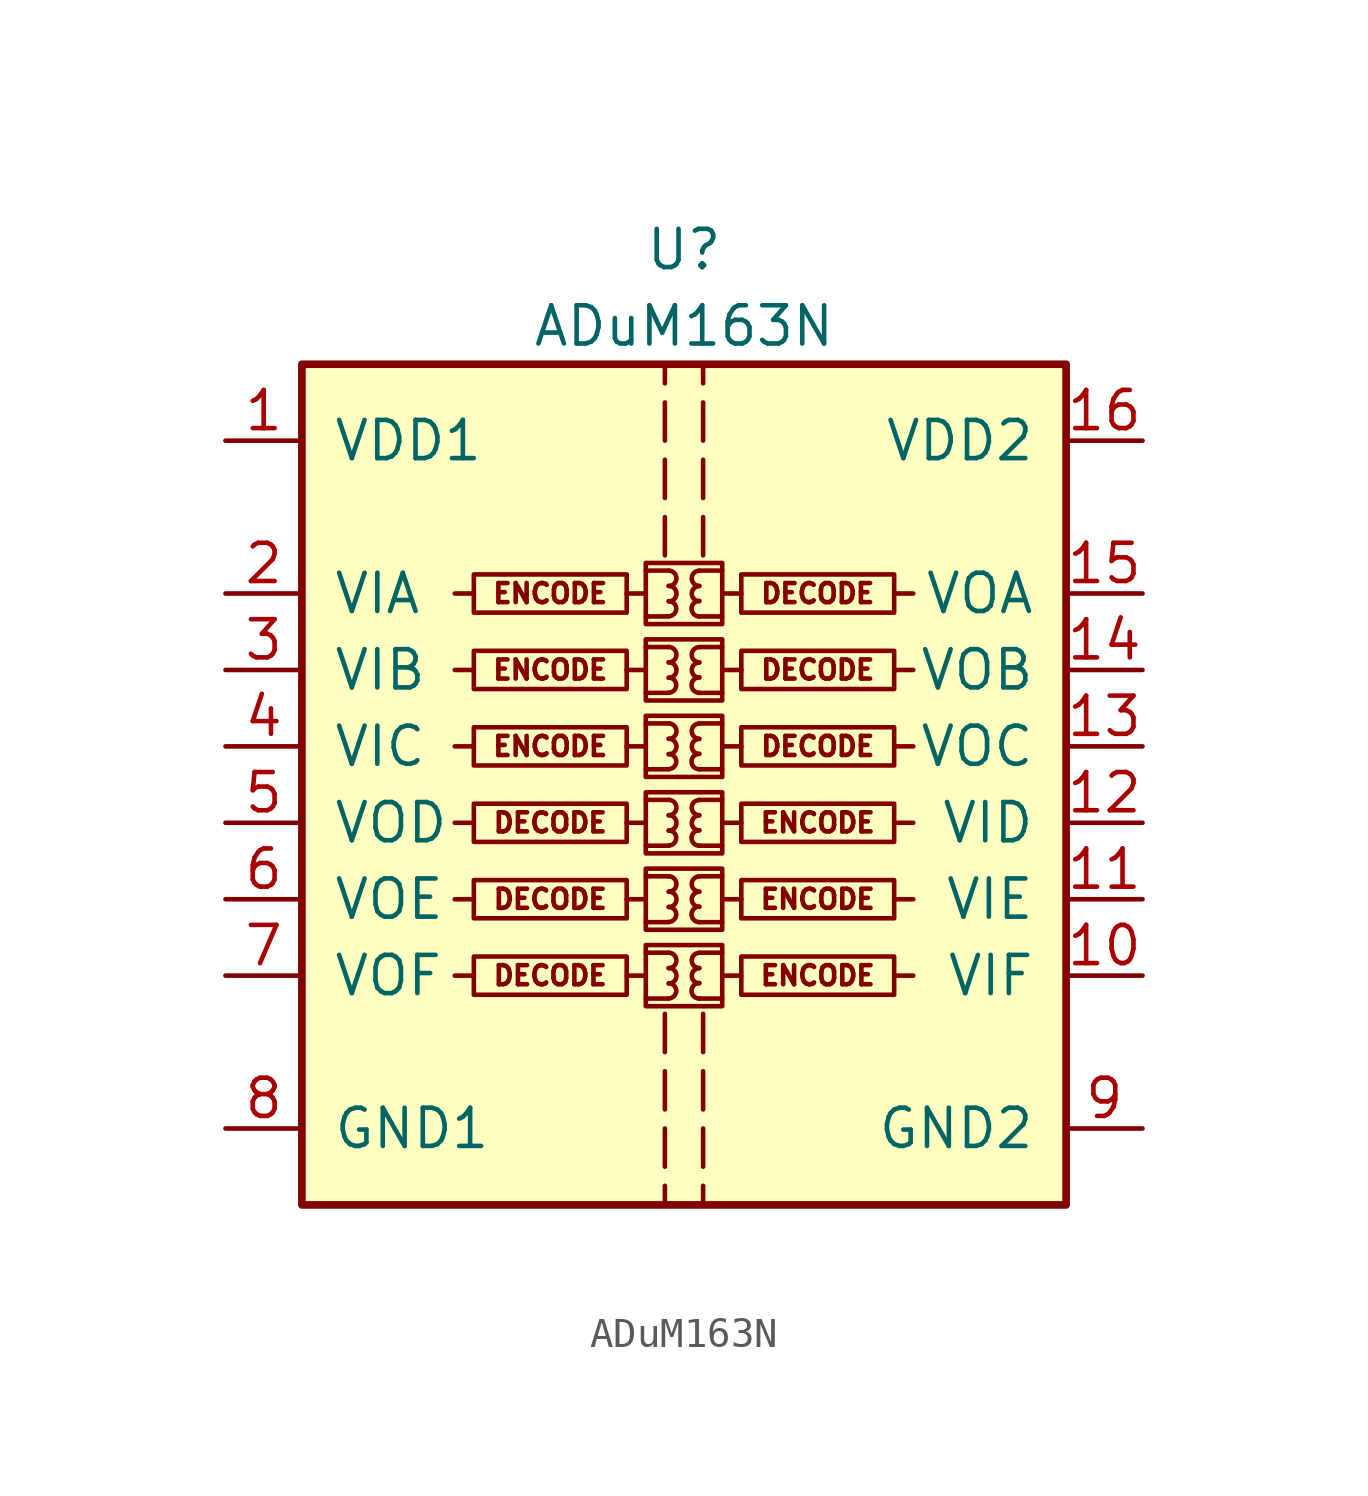
<source format=kicad_sym>
(kicad_symbol_lib
  (version 20231120)
  (generator "kicad_symbol_editor")
  (generator_version "8.0")
  (symbol "ADuM163N"
    (pin_names
      (offset 1.016))
    (property "Reference" "U"
      (at 0 19.05 0)
      (effects (font (size 1.27 1.27))))
    (property "Value" "ADuM163N"
      (at 0 16.51 0)
      (effects (font (size 1.27 1.27))))
    (symbol "ADuM163N_0_0"
      (rectangle (start -1.27 3.556) (end 1.27 1.524) (stroke (width 0) (type solid)) (fill (type none)))
      (rectangle (start -1.27 6.096) (end 1.27 4.064) (stroke (width 0) (type solid)) (fill (type none)))
      (rectangle (start -1.27 8.636) (end 1.27 6.604) (stroke (width 0) (type solid)) (fill (type none)))
      (arc (start -0.508 1.778) (mid -0.2551 2.032) (end -0.508 2.286) (stroke (width 0) (type solid)) (fill (type none)))
      (arc (start -0.508 2.286) (mid -0.2551 2.54) (end -0.508 2.794) (stroke (width 0) (type solid)) (fill (type none)))
      (arc (start -0.508 2.794) (mid -0.2551 3.048) (end -0.508 3.302) (stroke (width 0) (type solid)) (fill (type none)))
      (arc (start -0.508 4.318) (mid -0.2551 4.572) (end -0.508 4.826) (stroke (width 0) (type solid)) (fill (type none)))
      (arc (start -0.508 4.826) (mid -0.2551 5.08) (end -0.508 5.334) (stroke (width 0) (type solid)) (fill (type none)))
      (arc (start -0.508 5.334) (mid -0.2551 5.588) (end -0.508 5.842) (stroke (width 0) (type solid)) (fill (type none)))
      (arc (start -0.508 6.858) (mid -0.2551 7.112) (end -0.508 7.366) (stroke (width 0) (type solid)) (fill (type none)))
      (arc (start -0.508 7.366) (mid -0.2551 7.62) (end -0.508 7.874) (stroke (width 0) (type solid)) (fill (type none)))
      (arc (start -0.508 7.874) (mid -0.2551 8.128) (end -0.508 8.382) (stroke (width 0) (type solid)) (fill (type none)))
      (polyline (pts (xy -6.985 2.54) (xy -7.62 2.54)) (stroke (width 0) (type solid)) (fill (type none)))
      (polyline (pts (xy -6.985 5.08) (xy -7.62 5.08)) (stroke (width 0) (type solid)) (fill (type none)))
      (polyline (pts (xy -6.985 7.62) (xy -7.62 7.62)) (stroke (width 0) (type solid)) (fill (type none)))
      (polyline (pts (xy -1.905 2.54) (xy -1.27 2.54)) (stroke (width 0) (type solid)) (fill (type none)))
      (polyline (pts (xy -1.905 5.08) (xy -1.27 5.08)) (stroke (width 0) (type solid)) (fill (type none)))
      (polyline (pts (xy -1.905 7.62) (xy -1.27 7.62)) (stroke (width 0) (type solid)) (fill (type none)))
      (polyline (pts (xy -1.27 1.778) (xy -0.508 1.778)) (stroke (width 0) (type solid)) (fill (type none)))
      (polyline (pts (xy -1.27 3.302) (xy -0.508 3.302)) (stroke (width 0) (type solid)) (fill (type none)))
      (polyline (pts (xy -1.27 4.318) (xy -0.508 4.318)) (stroke (width 0) (type solid)) (fill (type none)))
      (polyline (pts (xy -1.27 5.842) (xy -0.508 5.842)) (stroke (width 0) (type solid)) (fill (type none)))
      (polyline (pts (xy -1.27 6.858) (xy -0.508 6.858)) (stroke (width 0) (type solid)) (fill (type none)))
      (polyline (pts (xy -1.27 8.382) (xy -0.508 8.382)) (stroke (width 0) (type solid)) (fill (type none)))
      (polyline (pts (xy -0.635 -10.16) (xy -0.635 -11.43)) (stroke (width 0) (type solid)) (fill (type none)))
      (polyline (pts (xy -0.635 -8.255) (xy -0.635 -9.525)) (stroke (width 0) (type solid)) (fill (type none)))
      (polyline (pts (xy -0.635 -6.35) (xy -0.635 -7.62)) (stroke (width 0) (type solid)) (fill (type none)))
      (polyline (pts (xy -0.635 8.89) (xy -0.635 10.16)) (stroke (width 0) (type solid)) (fill (type none)))
      (polyline (pts (xy -0.635 10.795) (xy -0.635 12.065)) (stroke (width 0) (type solid)) (fill (type none)))
      (polyline (pts (xy -0.635 12.7) (xy -0.635 13.97)) (stroke (width 0) (type solid)) (fill (type none)))
      (polyline (pts (xy -0.635 15.24) (xy -0.635 14.605)) (stroke (width 0) (type solid)) (fill (type none)))
      (polyline (pts (xy 0.635 -10.16) (xy 0.635 -11.43)) (stroke (width 0) (type solid)) (fill (type none)))
      (polyline (pts (xy 0.635 -8.255) (xy 0.635 -9.525)) (stroke (width 0) (type solid)) (fill (type none)))
      (polyline (pts (xy 0.635 -6.35) (xy 0.635 -7.62)) (stroke (width 0) (type solid)) (fill (type none)))
      (polyline (pts (xy 0.635 8.89) (xy 0.635 10.16)) (stroke (width 0) (type solid)) (fill (type none)))
      (polyline (pts (xy 0.635 12.065) (xy 0.635 10.795)) (stroke (width 0) (type solid)) (fill (type none)))
      (polyline (pts (xy 0.635 13.97) (xy 0.635 12.7)) (stroke (width 0) (type solid)) (fill (type none)))
      (polyline (pts (xy 0.635 14.605) (xy 0.635 15.24)) (stroke (width 0) (type solid)) (fill (type none)))
      (polyline (pts (xy 1.27 1.778) (xy 0.508 1.778)) (stroke (width 0) (type solid)) (fill (type none)))
      (polyline (pts (xy 1.27 3.302) (xy 0.508 3.302)) (stroke (width 0) (type solid)) (fill (type none)))
      (polyline (pts (xy 1.27 4.318) (xy 0.508 4.318)) (stroke (width 0) (type solid)) (fill (type none)))
      (polyline (pts (xy 1.27 5.842) (xy 0.508 5.842)) (stroke (width 0) (type solid)) (fill (type none)))
      (polyline (pts (xy 1.27 6.858) (xy 0.508 6.858)) (stroke (width 0) (type solid)) (fill (type none)))
      (polyline (pts (xy 1.27 8.382) (xy 0.508 8.382)) (stroke (width 0) (type solid)) (fill (type none)))
      (polyline (pts (xy 1.905 2.54) (xy 1.27 2.54)) (stroke (width 0) (type solid)) (fill (type none)))
      (polyline (pts (xy 1.905 5.08) (xy 1.27 5.08)) (stroke (width 0) (type solid)) (fill (type none)))
      (polyline (pts (xy 1.905 7.62) (xy 1.27 7.62)) (stroke (width 0) (type solid)) (fill (type none)))
      (polyline (pts (xy 6.985 2.54) (xy 7.62 2.54)) (stroke (width 0) (type solid)) (fill (type none)))
      (polyline (pts (xy 6.985 5.08) (xy 7.62 5.08)) (stroke (width 0) (type solid)) (fill (type none)))
      (polyline (pts (xy 6.985 7.62) (xy 7.62 7.62)) (stroke (width 0) (type solid)) (fill (type none)))
      (arc (start 0.508 2.286) (mid 0.2551 2.032) (end 0.508 1.778) (stroke (width 0) (type solid)) (fill (type none)))
      (arc (start 0.508 2.794) (mid 0.2551 2.54) (end 0.508 2.286) (stroke (width 0) (type solid)) (fill (type none)))
      (arc (start 0.508 3.302) (mid 0.2551 3.048) (end 0.508 2.794) (stroke (width 0) (type solid)) (fill (type none)))
      (arc (start 0.508 4.826) (mid 0.2551 4.572) (end 0.508 4.318) (stroke (width 0) (type solid)) (fill (type none)))
      (arc (start 0.508 5.334) (mid 0.2551 5.08) (end 0.508 4.826) (stroke (width 0) (type solid)) (fill (type none)))
      (arc (start 0.508 5.842) (mid 0.2551 5.588) (end 0.508 5.334) (stroke (width 0) (type solid)) (fill (type none)))
      (arc (start 0.508 7.366) (mid 0.2551 7.112) (end 0.508 6.858) (stroke (width 0) (type solid)) (fill (type none)))
      (arc (start 0.508 7.874) (mid 0.2551 7.62) (end 0.508 7.366) (stroke (width 0) (type solid)) (fill (type none)))
      (arc (start 0.508 8.382) (mid 0.2551 8.128) (end 0.508 7.874) (stroke (width 0) (type solid)) (fill (type none)))
      (rectangle (start 1.905 3.175) (end 6.985 1.905) (stroke (width 0) (type solid)) (fill (type none)))
      (rectangle (start 1.905 5.715) (end 6.985 4.445) (stroke (width 0) (type solid)) (fill (type none)))
      (rectangle (start 1.905 8.255) (end 6.985 6.985) (stroke (width 0) (type solid)) (fill (type none)))
      (text "DECODE" (at 4.445 2.54 0) (effects (font (size 0.635 0.635))))
      (text "DECODE" (at 4.445 5.08 0) (effects (font (size 0.635 0.635))))
      (text "DECODE" (at 4.445 7.62 0) (effects (font (size 0.635 0.635))))
      (text "ENCODE" (at -4.445 2.54 0) (effects (font (size 0.635 0.635))))
      (text "ENCODE" (at -4.445 5.08 0) (effects (font (size 0.635 0.635))))
      (text "ENCODE" (at -4.445 7.62 0) (effects (font (size 0.635 0.635)))))
    (symbol "ADuM163N_0_1"
      (rectangle (start -12.7 15.24) (end 12.7 -12.7) (stroke (width 0.254) (type solid)) (fill (type background)))
      (rectangle (start -1.905 3.175) (end -6.985 1.905) (stroke (width 0) (type solid)) (fill (type none)))
      (rectangle (start -1.905 5.715) (end -6.985 4.445) (stroke (width 0) (type solid)) (fill (type none)))
      (rectangle (start -1.905 8.255) (end -6.985 6.985) (stroke (width 0) (type solid)) (fill (type none))))
    (symbol "ADuM163N_1_0"
      (rectangle (start -1.905 -4.445) (end -6.985 -5.715) (stroke (width 0) (type solid)) (fill (type none)))
      (rectangle (start -1.905 -1.905) (end -6.985 -3.175) (stroke (width 0) (type solid)) (fill (type none)))
      (rectangle (start -1.905 0.635) (end -6.985 -0.635) (stroke (width 0) (type solid)) (fill (type none)))
      (rectangle (start -1.27 -4.064) (end 1.27 -6.096) (stroke (width 0) (type solid)) (fill (type none)))
      (rectangle (start -1.27 -1.524) (end 1.27 -3.556) (stroke (width 0) (type solid)) (fill (type none)))
      (rectangle (start -1.27 1.016) (end 1.27 -1.016) (stroke (width 0) (type solid)) (fill (type none)))
      (arc (start -0.508 -5.842) (mid -0.2551 -5.588) (end -0.508 -5.334) (stroke (width 0) (type solid)) (fill (type none)))
      (arc (start -0.508 -5.334) (mid -0.2551 -5.08) (end -0.508 -4.826) (stroke (width 0) (type solid)) (fill (type none)))
      (arc (start -0.508 -4.826) (mid -0.2551 -4.572) (end -0.508 -4.318) (stroke (width 0) (type solid)) (fill (type none)))
      (arc (start -0.508 -3.302) (mid -0.2551 -3.048) (end -0.508 -2.794) (stroke (width 0) (type solid)) (fill (type none)))
      (arc (start -0.508 -2.794) (mid -0.2551 -2.54) (end -0.508 -2.286) (stroke (width 0) (type solid)) (fill (type none)))
      (arc (start -0.508 -2.286) (mid -0.2551 -2.032) (end -0.508 -1.778) (stroke (width 0) (type solid)) (fill (type none)))
      (arc (start -0.508 -0.762) (mid -0.2551 -0.508) (end -0.508 -0.254) (stroke (width 0) (type solid)) (fill (type none)))
      (arc (start -0.508 -0.254) (mid -0.2551 0) (end -0.508 0.254) (stroke (width 0) (type solid)) (fill (type none)))
      (arc (start -0.508 0.254) (mid -0.2551 0.508) (end -0.508 0.762) (stroke (width 0) (type solid)) (fill (type none)))
      (polyline (pts (xy -6.985 -5.08) (xy -7.62 -5.08)) (stroke (width 0) (type solid)) (fill (type none)))
      (polyline (pts (xy -6.985 -2.54) (xy -7.62 -2.54)) (stroke (width 0) (type solid)) (fill (type none)))
      (polyline (pts (xy -6.985 0) (xy -7.62 0)) (stroke (width 0) (type solid)) (fill (type none)))
      (polyline (pts (xy -1.905 -5.08) (xy -1.27 -5.08)) (stroke (width 0) (type solid)) (fill (type none)))
      (polyline (pts (xy -1.905 -2.54) (xy -1.27 -2.54)) (stroke (width 0) (type solid)) (fill (type none)))
      (polyline (pts (xy -1.905 0) (xy -1.27 0)) (stroke (width 0) (type solid)) (fill (type none)))
      (polyline (pts (xy -1.27 -5.842) (xy -0.508 -5.842)) (stroke (width 0) (type solid)) (fill (type none)))
      (polyline (pts (xy -1.27 -4.318) (xy -0.508 -4.318)) (stroke (width 0) (type solid)) (fill (type none)))
      (polyline (pts (xy -1.27 -3.302) (xy -0.508 -3.302)) (stroke (width 0) (type solid)) (fill (type none)))
      (polyline (pts (xy -1.27 -1.778) (xy -0.508 -1.778)) (stroke (width 0) (type solid)) (fill (type none)))
      (polyline (pts (xy -1.27 -0.762) (xy -0.508 -0.762)) (stroke (width 0) (type solid)) (fill (type none)))
      (polyline (pts (xy -1.27 0.762) (xy -0.508 0.762)) (stroke (width 0) (type solid)) (fill (type none)))
      (polyline (pts (xy -0.635 -12.065) (xy -0.635 -12.7)) (stroke (width 0) (type solid)) (fill (type none)))
      (polyline (pts (xy 0.635 -12.065) (xy 0.635 -12.7)) (stroke (width 0) (type solid)) (fill (type none)))
      (polyline (pts (xy 1.27 -5.842) (xy 0.508 -5.842)) (stroke (width 0) (type solid)) (fill (type none)))
      (polyline (pts (xy 1.27 -4.318) (xy 0.508 -4.318)) (stroke (width 0) (type solid)) (fill (type none)))
      (polyline (pts (xy 1.27 -3.302) (xy 0.508 -3.302)) (stroke (width 0) (type solid)) (fill (type none)))
      (polyline (pts (xy 1.27 -1.778) (xy 0.508 -1.778)) (stroke (width 0) (type solid)) (fill (type none)))
      (polyline (pts (xy 1.27 -0.762) (xy 0.508 -0.762)) (stroke (width 0) (type solid)) (fill (type none)))
      (polyline (pts (xy 1.27 0.762) (xy 0.508 0.762)) (stroke (width 0) (type solid)) (fill (type none)))
      (polyline (pts (xy 1.905 -5.08) (xy 1.27 -5.08)) (stroke (width 0) (type solid)) (fill (type none)))
      (polyline (pts (xy 1.905 -2.54) (xy 1.27 -2.54)) (stroke (width 0) (type solid)) (fill (type none)))
      (polyline (pts (xy 1.905 0) (xy 1.27 0)) (stroke (width 0) (type solid)) (fill (type none)))
      (polyline (pts (xy 6.985 -5.08) (xy 7.62 -5.08)) (stroke (width 0) (type solid)) (fill (type none)))
      (polyline (pts (xy 6.985 -2.54) (xy 7.62 -2.54)) (stroke (width 0) (type solid)) (fill (type none)))
      (polyline (pts (xy 6.985 0) (xy 7.62 0)) (stroke (width 0) (type solid)) (fill (type none)))
      (arc (start 0.508 -5.334) (mid 0.2551 -5.588) (end 0.508 -5.842) (stroke (width 0) (type solid)) (fill (type none)))
      (arc (start 0.508 -4.826) (mid 0.2551 -5.08) (end 0.508 -5.334) (stroke (width 0) (type solid)) (fill (type none)))
      (arc (start 0.508 -4.318) (mid 0.2551 -4.572) (end 0.508 -4.826) (stroke (width 0) (type solid)) (fill (type none)))
      (arc (start 0.508 -2.794) (mid 0.2551 -3.048) (end 0.508 -3.302) (stroke (width 0) (type solid)) (fill (type none)))
      (arc (start 0.508 -2.286) (mid 0.2551 -2.54) (end 0.508 -2.794) (stroke (width 0) (type solid)) (fill (type none)))
      (arc (start 0.508 -1.778) (mid 0.2551 -2.032) (end 0.508 -2.286) (stroke (width 0) (type solid)) (fill (type none)))
      (arc (start 0.508 -0.254) (mid 0.2551 -0.508) (end 0.508 -0.762) (stroke (width 0) (type solid)) (fill (type none)))
      (arc (start 0.508 0.254) (mid 0.2551 0) (end 0.508 -0.254) (stroke (width 0) (type solid)) (fill (type none)))
      (arc (start 0.508 0.762) (mid 0.2551 0.508) (end 0.508 0.254) (stroke (width 0) (type solid)) (fill (type none)))
      (rectangle (start 1.905 -4.445) (end 6.985 -5.715) (stroke (width 0) (type solid)) (fill (type none)))
      (rectangle (start 1.905 -1.905) (end 6.985 -3.175) (stroke (width 0) (type solid)) (fill (type none)))
      (rectangle (start 1.905 0.635) (end 6.985 -0.635) (stroke (width 0) (type solid)) (fill (type none)))
      (text "DECODE" (at -4.445 -5.08 0) (effects (font (size 0.635 0.635))))
      (text "DECODE" (at -4.445 -2.54 0) (effects (font (size 0.635 0.635))))
      (text "DECODE" (at -4.445 0 0) (effects (font (size 0.635 0.635))))
      (text "ENCODE" (at 4.445 -5.08 0) (effects (font (size 0.635 0.635))))
      (text "ENCODE" (at 4.445 -2.54 0) (effects (font (size 0.635 0.635))))
      (text "ENCODE" (at 4.445 0 0) (effects (font (size 0.635 0.635)))))
    (symbol "ADuM163N_1_1"
      (pin power_in line (at -15.24 12.7 0) (length 2.54) (name "VDD1" (effects (font (size 1.27 1.27)))) (number "1" (effects (font (size 1.27 1.27)))))
      (pin input line (at 15.24 -5.08 180) (length 2.54) (name "VIF" (effects (font (size 1.27 1.27)))) (number "10" (effects (font (size 1.27 1.27)))))
      (pin input line (at 15.24 -2.54 180) (length 2.54) (name "VIE" (effects (font (size 1.27 1.27)))) (number "11" (effects (font (size 1.27 1.27)))))
      (pin input line (at 15.24 0 180) (length 2.54) (name "VID" (effects (font (size 1.27 1.27)))) (number "12" (effects (font (size 1.27 1.27)))))
      (pin output line (at 15.24 2.54 180) (length 2.54) (name "VOC" (effects (font (size 1.27 1.27)))) (number "13" (effects (font (size 1.27 1.27)))))
      (pin output line (at 15.24 5.08 180) (length 2.54) (name "VOB" (effects (font (size 1.27 1.27)))) (number "14" (effects (font (size 1.27 1.27)))))
      (pin output line (at 15.24 7.62 180) (length 2.54) (name "VOA" (effects (font (size 1.27 1.27)))) (number "15" (effects (font (size 1.27 1.27)))))
      (pin power_in line (at 15.24 12.7 180) (length 2.54) (name "VDD2" (effects (font (size 1.27 1.27)))) (number "16" (effects (font (size 1.27 1.27)))))
      (pin input line (at -15.24 7.62 0) (length 2.54) (name "VIA" (effects (font (size 1.27 1.27)))) (number "2" (effects (font (size 1.27 1.27)))))
      (pin input line (at -15.24 5.08 0) (length 2.54) (name "VIB" (effects (font (size 1.27 1.27)))) (number "3" (effects (font (size 1.27 1.27)))))
      (pin input line (at -15.24 2.54 0) (length 2.54) (name "VIC" (effects (font (size 1.27 1.27)))) (number "4" (effects (font (size 1.27 1.27)))))
      (pin output line (at -15.24 0 0) (length 2.54) (name "VOD" (effects (font (size 1.27 1.27)))) (number "5" (effects (font (size 1.27 1.27)))))
      (pin output line (at -15.24 -2.54 0) (length 2.54) (name "VOE" (effects (font (size 1.27 1.27)))) (number "6" (effects (font (size 1.27 1.27)))))
      (pin output line (at -15.24 -5.08 0) (length 2.54) (name "VOF" (effects (font (size 1.27 1.27)))) (number "7" (effects (font (size 1.27 1.27)))))
      (pin power_in line (at -15.24 -10.16 0) (length 2.54) (name "GND1" (effects (font (size 1.27 1.27)))) (number "8" (effects (font (size 1.27 1.27)))))
      (pin power_in line (at 15.24 -10.16 180) (length 2.54) (name "GND2" (effects (font (size 1.27 1.27)))) (number "9" (effects (font (size 1.27 1.27))))))))
</source>
